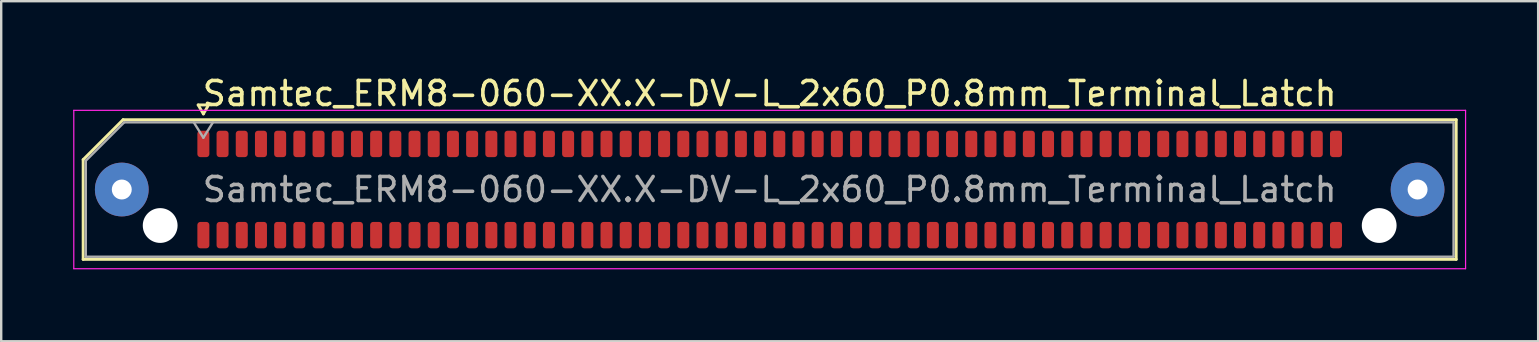
<source format=kicad_pcb>
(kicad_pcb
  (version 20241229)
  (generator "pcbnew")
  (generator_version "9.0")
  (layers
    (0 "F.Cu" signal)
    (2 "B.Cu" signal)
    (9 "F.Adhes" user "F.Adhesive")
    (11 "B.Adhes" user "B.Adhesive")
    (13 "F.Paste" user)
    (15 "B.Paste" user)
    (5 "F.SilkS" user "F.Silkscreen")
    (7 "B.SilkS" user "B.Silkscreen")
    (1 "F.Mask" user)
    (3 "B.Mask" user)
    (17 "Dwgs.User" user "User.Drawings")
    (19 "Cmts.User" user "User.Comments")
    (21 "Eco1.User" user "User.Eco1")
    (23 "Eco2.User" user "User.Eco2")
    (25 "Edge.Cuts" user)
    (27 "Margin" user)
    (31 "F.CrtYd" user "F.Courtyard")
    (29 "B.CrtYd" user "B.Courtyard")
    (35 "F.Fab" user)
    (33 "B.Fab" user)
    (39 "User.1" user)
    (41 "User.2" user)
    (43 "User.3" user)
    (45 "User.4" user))
  (footprint "Samtec_ERM8-060-XX.X-DV-L_2x60_P0.8mm_Terminal_Latch"
    (layer "F.Cu")
    (at 29.025 4.848)
    (property "Reference" "Samtec_ERM8-060-XX.X-DV-L_2x60_P0.8mm_Terminal_Latch" (at 0 -4 0) (layer "F.SilkS") (effects (font (size 1 1) (thickness 0.15))))
    (attr smd)
    (fp_line (start -28.61 -1.246) (end -26.946 -2.91) (stroke (width 0.12) (type solid)) (layer "F.SilkS"))
    (fp_line (start -28.61 2.91) (end -28.61 -1.246) (stroke (width 0.12) (type solid)) (layer "F.SilkS"))
    (fp_line (start -26.946 -2.91) (end 28.61 -2.91) (stroke (width 0.12) (type solid)) (layer "F.SilkS"))
    (fp_line (start -23.817 -3.525) (end -23.6 -3.15) (stroke (width 0.12) (type solid)) (layer "F.SilkS"))
    (fp_line (start -23.6 -3.15) (end -23.383 -3.525) (stroke (width 0.12) (type solid)) (layer "F.SilkS"))
    (fp_line (start -23.383 -3.525) (end -23.817 -3.525) (stroke (width 0.12) (type solid)) (layer "F.SilkS"))
    (fp_line (start 28.61 -2.91) (end 28.61 2.91) (stroke (width 0.12) (type solid)) (layer "F.SilkS"))
    (fp_line (start 28.61 2.91) (end -28.61 2.91) (stroke (width 0.12) (type solid)) (layer "F.SilkS"))
    (fp_line (start -29 -3.3) (end -29 3.3) (stroke (width 0.05) (type solid)) (layer "F.CrtYd"))
    (fp_line (start -29 3.3) (end 29 3.3) (stroke (width 0.05) (type solid)) (layer "F.CrtYd"))
    (fp_line (start 29 -3.3) (end -29 -3.3) (stroke (width 0.05) (type solid)) (layer "F.CrtYd"))
    (fp_line (start 29 3.3) (end 29 -3.3) (stroke (width 0.05) (type solid)) (layer "F.CrtYd"))
    (fp_line (start -28.5 -1.2) (end -26.9 -2.8) (stroke (width 0.1) (type solid)) (layer "F.Fab"))
    (fp_line (start -28.5 2.8) (end -28.5 -1.2) (stroke (width 0.1) (type solid)) (layer "F.Fab"))
    (fp_line (start -26.9 -2.8) (end 28.5 -2.8) (stroke (width 0.1) (type solid)) (layer "F.Fab"))
    (fp_line (start -24 -2.8) (end -23.6 -2.16) (stroke (width 0.1) (type solid)) (layer "F.Fab"))
    (fp_line (start -23.6 -2.16) (end -23.2 -2.8) (stroke (width 0.1) (type solid)) (layer "F.Fab"))
    (fp_line (start 28.5 -2.8) (end 28.5 2.8) (stroke (width 0.1) (type solid)) (layer "F.Fab"))
    (fp_line (start 28.5 2.8) (end -28.5 2.8) (stroke (width 0.1) (type solid)) (layer "F.Fab"))
    (fp_text user "${REFERENCE}" (at 0 0 0) (layer "F.Fab") (effects (font (size 1 1) (thickness 0.15))))
    (pad "" thru_hole circle (at -27 0) (size 2.24 2.24) (drill 0.83) (layers "*.Cu" "*.Mask" "F.Paste"))
    (pad "" np_thru_hole circle (at -25.4 1.5) (size 1.45 1.45) (drill 1.45) (layers "*.Cu" "*.Mask"))
    (pad "" np_thru_hole circle (at 25.4 1.5) (size 1.45 1.45) (drill 1.45) (layers "*.Cu" "*.Mask"))
    (pad "" thru_hole circle (at 27 0) (size 2.24 2.24) (drill 0.83) (layers "*.Cu" "*.Mask" "F.Paste"))
    (pad "1" smd roundrect (at -23.6 -1.9) (size 0.5 1.1) (layers "F.Cu" "F.Mask" "F.Paste") (roundrect_rratio 0.25))
    (pad "2" smd roundrect (at -23.6 1.9) (size 0.5 1.1) (layers "F.Cu" "F.Mask" "F.Paste") (roundrect_rratio 0.25))
    (pad "3" smd roundrect (at -22.8 -1.9) (size 0.5 1.1) (layers "F.Cu" "F.Mask" "F.Paste") (roundrect_rratio 0.25))
    (pad "4" smd roundrect (at -22.8 1.9) (size 0.5 1.1) (layers "F.Cu" "F.Mask" "F.Paste") (roundrect_rratio 0.25))
    (pad "5" smd roundrect (at -22 -1.9) (size 0.5 1.1) (layers "F.Cu" "F.Mask" "F.Paste") (roundrect_rratio 0.25))
    (pad "6" smd roundrect (at -22 1.9) (size 0.5 1.1) (layers "F.Cu" "F.Mask" "F.Paste") (roundrect_rratio 0.25))
    (pad "7" smd roundrect (at -21.2 -1.9) (size 0.5 1.1) (layers "F.Cu" "F.Mask" "F.Paste") (roundrect_rratio 0.25))
    (pad "8" smd roundrect (at -21.2 1.9) (size 0.5 1.1) (layers "F.Cu" "F.Mask" "F.Paste") (roundrect_rratio 0.25))
    (pad "9" smd roundrect (at -20.4 -1.9) (size 0.5 1.1) (layers "F.Cu" "F.Mask" "F.Paste") (roundrect_rratio 0.25))
    (pad "10" smd roundrect (at -20.4 1.9) (size 0.5 1.1) (layers "F.Cu" "F.Mask" "F.Paste") (roundrect_rratio 0.25))
    (pad "11" smd roundrect (at -19.6 -1.9) (size 0.5 1.1) (layers "F.Cu" "F.Mask" "F.Paste") (roundrect_rratio 0.25))
    (pad "12" smd roundrect (at -19.6 1.9) (size 0.5 1.1) (layers "F.Cu" "F.Mask" "F.Paste") (roundrect_rratio 0.25))
    (pad "13" smd roundrect (at -18.8 -1.9) (size 0.5 1.1) (layers "F.Cu" "F.Mask" "F.Paste") (roundrect_rratio 0.25))
    (pad "14" smd roundrect (at -18.8 1.9) (size 0.5 1.1) (layers "F.Cu" "F.Mask" "F.Paste") (roundrect_rratio 0.25))
    (pad "15" smd roundrect (at -18 -1.9) (size 0.5 1.1) (layers "F.Cu" "F.Mask" "F.Paste") (roundrect_rratio 0.25))
    (pad "16" smd roundrect (at -18 1.9) (size 0.5 1.1) (layers "F.Cu" "F.Mask" "F.Paste") (roundrect_rratio 0.25))
    (pad "17" smd roundrect (at -17.2 -1.9) (size 0.5 1.1) (layers "F.Cu" "F.Mask" "F.Paste") (roundrect_rratio 0.25))
    (pad "18" smd roundrect (at -17.2 1.9) (size 0.5 1.1) (layers "F.Cu" "F.Mask" "F.Paste") (roundrect_rratio 0.25))
    (pad "19" smd roundrect (at -16.4 -1.9) (size 0.5 1.1) (layers "F.Cu" "F.Mask" "F.Paste") (roundrect_rratio 0.25))
    (pad "20" smd roundrect (at -16.4 1.9) (size 0.5 1.1) (layers "F.Cu" "F.Mask" "F.Paste") (roundrect_rratio 0.25))
    (pad "21" smd roundrect (at -15.6 -1.9) (size 0.5 1.1) (layers "F.Cu" "F.Mask" "F.Paste") (roundrect_rratio 0.25))
    (pad "22" smd roundrect (at -15.6 1.9) (size 0.5 1.1) (layers "F.Cu" "F.Mask" "F.Paste") (roundrect_rratio 0.25))
    (pad "23" smd roundrect (at -14.8 -1.9) (size 0.5 1.1) (layers "F.Cu" "F.Mask" "F.Paste") (roundrect_rratio 0.25))
    (pad "24" smd roundrect (at -14.8 1.9) (size 0.5 1.1) (layers "F.Cu" "F.Mask" "F.Paste") (roundrect_rratio 0.25))
    (pad "25" smd roundrect (at -14 -1.9) (size 0.5 1.1) (layers "F.Cu" "F.Mask" "F.Paste") (roundrect_rratio 0.25))
    (pad "26" smd roundrect (at -14 1.9) (size 0.5 1.1) (layers "F.Cu" "F.Mask" "F.Paste") (roundrect_rratio 0.25))
    (pad "27" smd roundrect (at -13.2 -1.9) (size 0.5 1.1) (layers "F.Cu" "F.Mask" "F.Paste") (roundrect_rratio 0.25))
    (pad "28" smd roundrect (at -13.2 1.9) (size 0.5 1.1) (layers "F.Cu" "F.Mask" "F.Paste") (roundrect_rratio 0.25))
    (pad "29" smd roundrect (at -12.4 -1.9) (size 0.5 1.1) (layers "F.Cu" "F.Mask" "F.Paste") (roundrect_rratio 0.25))
    (pad "30" smd roundrect (at -12.4 1.9) (size 0.5 1.1) (layers "F.Cu" "F.Mask" "F.Paste") (roundrect_rratio 0.25))
    (pad "31" smd roundrect (at -11.6 -1.9) (size 0.5 1.1) (layers "F.Cu" "F.Mask" "F.Paste") (roundrect_rratio 0.25))
    (pad "32" smd roundrect (at -11.6 1.9) (size 0.5 1.1) (layers "F.Cu" "F.Mask" "F.Paste") (roundrect_rratio 0.25))
    (pad "33" smd roundrect (at -10.8 -1.9) (size 0.5 1.1) (layers "F.Cu" "F.Mask" "F.Paste") (roundrect_rratio 0.25))
    (pad "34" smd roundrect (at -10.8 1.9) (size 0.5 1.1) (layers "F.Cu" "F.Mask" "F.Paste") (roundrect_rratio 0.25))
    (pad "35" smd roundrect (at -10 -1.9) (size 0.5 1.1) (layers "F.Cu" "F.Mask" "F.Paste") (roundrect_rratio 0.25))
    (pad "36" smd roundrect (at -10 1.9) (size 0.5 1.1) (layers "F.Cu" "F.Mask" "F.Paste") (roundrect_rratio 0.25))
    (pad "37" smd roundrect (at -9.2 -1.9) (size 0.5 1.1) (layers "F.Cu" "F.Mask" "F.Paste") (roundrect_rratio 0.25))
    (pad "38" smd roundrect (at -9.2 1.9) (size 0.5 1.1) (layers "F.Cu" "F.Mask" "F.Paste") (roundrect_rratio 0.25))
    (pad "39" smd roundrect (at -8.4 -1.9) (size 0.5 1.1) (layers "F.Cu" "F.Mask" "F.Paste") (roundrect_rratio 0.25))
    (pad "40" smd roundrect (at -8.4 1.9) (size 0.5 1.1) (layers "F.Cu" "F.Mask" "F.Paste") (roundrect_rratio 0.25))
    (pad "41" smd roundrect (at -7.6 -1.9) (size 0.5 1.1) (layers "F.Cu" "F.Mask" "F.Paste") (roundrect_rratio 0.25))
    (pad "42" smd roundrect (at -7.6 1.9) (size 0.5 1.1) (layers "F.Cu" "F.Mask" "F.Paste") (roundrect_rratio 0.25))
    (pad "43" smd roundrect (at -6.8 -1.9) (size 0.5 1.1) (layers "F.Cu" "F.Mask" "F.Paste") (roundrect_rratio 0.25))
    (pad "44" smd roundrect (at -6.8 1.9) (size 0.5 1.1) (layers "F.Cu" "F.Mask" "F.Paste") (roundrect_rratio 0.25))
    (pad "45" smd roundrect (at -6 -1.9) (size 0.5 1.1) (layers "F.Cu" "F.Mask" "F.Paste") (roundrect_rratio 0.25))
    (pad "46" smd roundrect (at -6 1.9) (size 0.5 1.1) (layers "F.Cu" "F.Mask" "F.Paste") (roundrect_rratio 0.25))
    (pad "47" smd roundrect (at -5.2 -1.9) (size 0.5 1.1) (layers "F.Cu" "F.Mask" "F.Paste") (roundrect_rratio 0.25))
    (pad "48" smd roundrect (at -5.2 1.9) (size 0.5 1.1) (layers "F.Cu" "F.Mask" "F.Paste") (roundrect_rratio 0.25))
    (pad "49" smd roundrect (at -4.4 -1.9) (size 0.5 1.1) (layers "F.Cu" "F.Mask" "F.Paste") (roundrect_rratio 0.25))
    (pad "50" smd roundrect (at -4.4 1.9) (size 0.5 1.1) (layers "F.Cu" "F.Mask" "F.Paste") (roundrect_rratio 0.25))
    (pad "51" smd roundrect (at -3.6 -1.9) (size 0.5 1.1) (layers "F.Cu" "F.Mask" "F.Paste") (roundrect_rratio 0.25))
    (pad "52" smd roundrect (at -3.6 1.9) (size 0.5 1.1) (layers "F.Cu" "F.Mask" "F.Paste") (roundrect_rratio 0.25))
    (pad "53" smd roundrect (at -2.8 -1.9) (size 0.5 1.1) (layers "F.Cu" "F.Mask" "F.Paste") (roundrect_rratio 0.25))
    (pad "54" smd roundrect (at -2.8 1.9) (size 0.5 1.1) (layers "F.Cu" "F.Mask" "F.Paste") (roundrect_rratio 0.25))
    (pad "55" smd roundrect (at -2 -1.9) (size 0.5 1.1) (layers "F.Cu" "F.Mask" "F.Paste") (roundrect_rratio 0.25))
    (pad "56" smd roundrect (at -2 1.9) (size 0.5 1.1) (layers "F.Cu" "F.Mask" "F.Paste") (roundrect_rratio 0.25))
    (pad "57" smd roundrect (at -1.2 -1.9) (size 0.5 1.1) (layers "F.Cu" "F.Mask" "F.Paste") (roundrect_rratio 0.25))
    (pad "58" smd roundrect (at -1.2 1.9) (size 0.5 1.1) (layers "F.Cu" "F.Mask" "F.Paste") (roundrect_rratio 0.25))
    (pad "59" smd roundrect (at -0.4 -1.9) (size 0.5 1.1) (layers "F.Cu" "F.Mask" "F.Paste") (roundrect_rratio 0.25))
    (pad "60" smd roundrect (at -0.4 1.9) (size 0.5 1.1) (layers "F.Cu" "F.Mask" "F.Paste") (roundrect_rratio 0.25))
    (pad "61" smd roundrect (at 0.4 -1.9) (size 0.5 1.1) (layers "F.Cu" "F.Mask" "F.Paste") (roundrect_rratio 0.25))
    (pad "62" smd roundrect (at 0.4 1.9) (size 0.5 1.1) (layers "F.Cu" "F.Mask" "F.Paste") (roundrect_rratio 0.25))
    (pad "63" smd roundrect (at 1.2 -1.9) (size 0.5 1.1) (layers "F.Cu" "F.Mask" "F.Paste") (roundrect_rratio 0.25))
    (pad "64" smd roundrect (at 1.2 1.9) (size 0.5 1.1) (layers "F.Cu" "F.Mask" "F.Paste") (roundrect_rratio 0.25))
    (pad "65" smd roundrect (at 2 -1.9) (size 0.5 1.1) (layers "F.Cu" "F.Mask" "F.Paste") (roundrect_rratio 0.25))
    (pad "66" smd roundrect (at 2 1.9) (size 0.5 1.1) (layers "F.Cu" "F.Mask" "F.Paste") (roundrect_rratio 0.25))
    (pad "67" smd roundrect (at 2.8 -1.9) (size 0.5 1.1) (layers "F.Cu" "F.Mask" "F.Paste") (roundrect_rratio 0.25))
    (pad "68" smd roundrect (at 2.8 1.9) (size 0.5 1.1) (layers "F.Cu" "F.Mask" "F.Paste") (roundrect_rratio 0.25))
    (pad "69" smd roundrect (at 3.6 -1.9) (size 0.5 1.1) (layers "F.Cu" "F.Mask" "F.Paste") (roundrect_rratio 0.25))
    (pad "70" smd roundrect (at 3.6 1.9) (size 0.5 1.1) (layers "F.Cu" "F.Mask" "F.Paste") (roundrect_rratio 0.25))
    (pad "71" smd roundrect (at 4.4 -1.9) (size 0.5 1.1) (layers "F.Cu" "F.Mask" "F.Paste") (roundrect_rratio 0.25))
    (pad "72" smd roundrect (at 4.4 1.9) (size 0.5 1.1) (layers "F.Cu" "F.Mask" "F.Paste") (roundrect_rratio 0.25))
    (pad "73" smd roundrect (at 5.2 -1.9) (size 0.5 1.1) (layers "F.Cu" "F.Mask" "F.Paste") (roundrect_rratio 0.25))
    (pad "74" smd roundrect (at 5.2 1.9) (size 0.5 1.1) (layers "F.Cu" "F.Mask" "F.Paste") (roundrect_rratio 0.25))
    (pad "75" smd roundrect (at 6 -1.9) (size 0.5 1.1) (layers "F.Cu" "F.Mask" "F.Paste") (roundrect_rratio 0.25))
    (pad "76" smd roundrect (at 6 1.9) (size 0.5 1.1) (layers "F.Cu" "F.Mask" "F.Paste") (roundrect_rratio 0.25))
    (pad "77" smd roundrect (at 6.8 -1.9) (size 0.5 1.1) (layers "F.Cu" "F.Mask" "F.Paste") (roundrect_rratio 0.25))
    (pad "78" smd roundrect (at 6.8 1.9) (size 0.5 1.1) (layers "F.Cu" "F.Mask" "F.Paste") (roundrect_rratio 0.25))
    (pad "79" smd roundrect (at 7.6 -1.9) (size 0.5 1.1) (layers "F.Cu" "F.Mask" "F.Paste") (roundrect_rratio 0.25))
    (pad "80" smd roundrect (at 7.6 1.9) (size 0.5 1.1) (layers "F.Cu" "F.Mask" "F.Paste") (roundrect_rratio 0.25))
    (pad "81" smd roundrect (at 8.4 -1.9) (size 0.5 1.1) (layers "F.Cu" "F.Mask" "F.Paste") (roundrect_rratio 0.25))
    (pad "82" smd roundrect (at 8.4 1.9) (size 0.5 1.1) (layers "F.Cu" "F.Mask" "F.Paste") (roundrect_rratio 0.25))
    (pad "83" smd roundrect (at 9.2 -1.9) (size 0.5 1.1) (layers "F.Cu" "F.Mask" "F.Paste") (roundrect_rratio 0.25))
    (pad "84" smd roundrect (at 9.2 1.9) (size 0.5 1.1) (layers "F.Cu" "F.Mask" "F.Paste") (roundrect_rratio 0.25))
    (pad "85" smd roundrect (at 10 -1.9) (size 0.5 1.1) (layers "F.Cu" "F.Mask" "F.Paste") (roundrect_rratio 0.25))
    (pad "86" smd roundrect (at 10 1.9) (size 0.5 1.1) (layers "F.Cu" "F.Mask" "F.Paste") (roundrect_rratio 0.25))
    (pad "87" smd roundrect (at 10.8 -1.9) (size 0.5 1.1) (layers "F.Cu" "F.Mask" "F.Paste") (roundrect_rratio 0.25))
    (pad "88" smd roundrect (at 10.8 1.9) (size 0.5 1.1) (layers "F.Cu" "F.Mask" "F.Paste") (roundrect_rratio 0.25))
    (pad "89" smd roundrect (at 11.6 -1.9) (size 0.5 1.1) (layers "F.Cu" "F.Mask" "F.Paste") (roundrect_rratio 0.25))
    (pad "90" smd roundrect (at 11.6 1.9) (size 0.5 1.1) (layers "F.Cu" "F.Mask" "F.Paste") (roundrect_rratio 0.25))
    (pad "91" smd roundrect (at 12.4 -1.9) (size 0.5 1.1) (layers "F.Cu" "F.Mask" "F.Paste") (roundrect_rratio 0.25))
    (pad "92" smd roundrect (at 12.4 1.9) (size 0.5 1.1) (layers "F.Cu" "F.Mask" "F.Paste") (roundrect_rratio 0.25))
    (pad "93" smd roundrect (at 13.2 -1.9) (size 0.5 1.1) (layers "F.Cu" "F.Mask" "F.Paste") (roundrect_rratio 0.25))
    (pad "94" smd roundrect (at 13.2 1.9) (size 0.5 1.1) (layers "F.Cu" "F.Mask" "F.Paste") (roundrect_rratio 0.25))
    (pad "95" smd roundrect (at 14 -1.9) (size 0.5 1.1) (layers "F.Cu" "F.Mask" "F.Paste") (roundrect_rratio 0.25))
    (pad "96" smd roundrect (at 14 1.9) (size 0.5 1.1) (layers "F.Cu" "F.Mask" "F.Paste") (roundrect_rratio 0.25))
    (pad "97" smd roundrect (at 14.8 -1.9) (size 0.5 1.1) (layers "F.Cu" "F.Mask" "F.Paste") (roundrect_rratio 0.25))
    (pad "98" smd roundrect (at 14.8 1.9) (size 0.5 1.1) (layers "F.Cu" "F.Mask" "F.Paste") (roundrect_rratio 0.25))
    (pad "99" smd roundrect (at 15.6 -1.9) (size 0.5 1.1) (layers "F.Cu" "F.Mask" "F.Paste") (roundrect_rratio 0.25))
    (pad "100" smd roundrect (at 15.6 1.9) (size 0.5 1.1) (layers "F.Cu" "F.Mask" "F.Paste") (roundrect_rratio 0.25))
    (pad "101" smd roundrect (at 16.4 -1.9) (size 0.5 1.1) (layers "F.Cu" "F.Mask" "F.Paste") (roundrect_rratio 0.25))
    (pad "102" smd roundrect (at 16.4 1.9) (size 0.5 1.1) (layers "F.Cu" "F.Mask" "F.Paste") (roundrect_rratio 0.25))
    (pad "103" smd roundrect (at 17.2 -1.9) (size 0.5 1.1) (layers "F.Cu" "F.Mask" "F.Paste") (roundrect_rratio 0.25))
    (pad "104" smd roundrect (at 17.2 1.9) (size 0.5 1.1) (layers "F.Cu" "F.Mask" "F.Paste") (roundrect_rratio 0.25))
    (pad "105" smd roundrect (at 18 -1.9) (size 0.5 1.1) (layers "F.Cu" "F.Mask" "F.Paste") (roundrect_rratio 0.25))
    (pad "106" smd roundrect (at 18 1.9) (size 0.5 1.1) (layers "F.Cu" "F.Mask" "F.Paste") (roundrect_rratio 0.25))
    (pad "107" smd roundrect (at 18.8 -1.9) (size 0.5 1.1) (layers "F.Cu" "F.Mask" "F.Paste") (roundrect_rratio 0.25))
    (pad "108" smd roundrect (at 18.8 1.9) (size 0.5 1.1) (layers "F.Cu" "F.Mask" "F.Paste") (roundrect_rratio 0.25))
    (pad "109" smd roundrect (at 19.6 -1.9) (size 0.5 1.1) (layers "F.Cu" "F.Mask" "F.Paste") (roundrect_rratio 0.25))
    (pad "110" smd roundrect (at 19.6 1.9) (size 0.5 1.1) (layers "F.Cu" "F.Mask" "F.Paste") (roundrect_rratio 0.25))
    (pad "111" smd roundrect (at 20.4 -1.9) (size 0.5 1.1) (layers "F.Cu" "F.Mask" "F.Paste") (roundrect_rratio 0.25))
    (pad "112" smd roundrect (at 20.4 1.9) (size 0.5 1.1) (layers "F.Cu" "F.Mask" "F.Paste") (roundrect_rratio 0.25))
    (pad "113" smd roundrect (at 21.2 -1.9) (size 0.5 1.1) (layers "F.Cu" "F.Mask" "F.Paste") (roundrect_rratio 0.25))
    (pad "114" smd roundrect (at 21.2 1.9) (size 0.5 1.1) (layers "F.Cu" "F.Mask" "F.Paste") (roundrect_rratio 0.25))
    (pad "115" smd roundrect (at 22 -1.9) (size 0.5 1.1) (layers "F.Cu" "F.Mask" "F.Paste") (roundrect_rratio 0.25))
    (pad "116" smd roundrect (at 22 1.9) (size 0.5 1.1) (layers "F.Cu" "F.Mask" "F.Paste") (roundrect_rratio 0.25))
    (pad "117" smd roundrect (at 22.8 -1.9) (size 0.5 1.1) (layers "F.Cu" "F.Mask" "F.Paste") (roundrect_rratio 0.25))
    (pad "118" smd roundrect (at 22.8 1.9) (size 0.5 1.1) (layers "F.Cu" "F.Mask" "F.Paste") (roundrect_rratio 0.25))
    (pad "119" smd roundrect (at 23.6 -1.9) (size 0.5 1.1) (layers "F.Cu" "F.Mask" "F.Paste") (roundrect_rratio 0.25))
    (pad "120" smd roundrect (at 23.6 1.9) (size 0.5 1.1) (layers "F.Cu" "F.Mask" "F.Paste") (roundrect_rratio 0.25)))
  (gr_rect
    (start -3 -3)
    (end 61.05 11.173)
    (stroke (width 0.1) (type default))
    (fill no)
    (layer "Edge.Cuts")))
</source>
